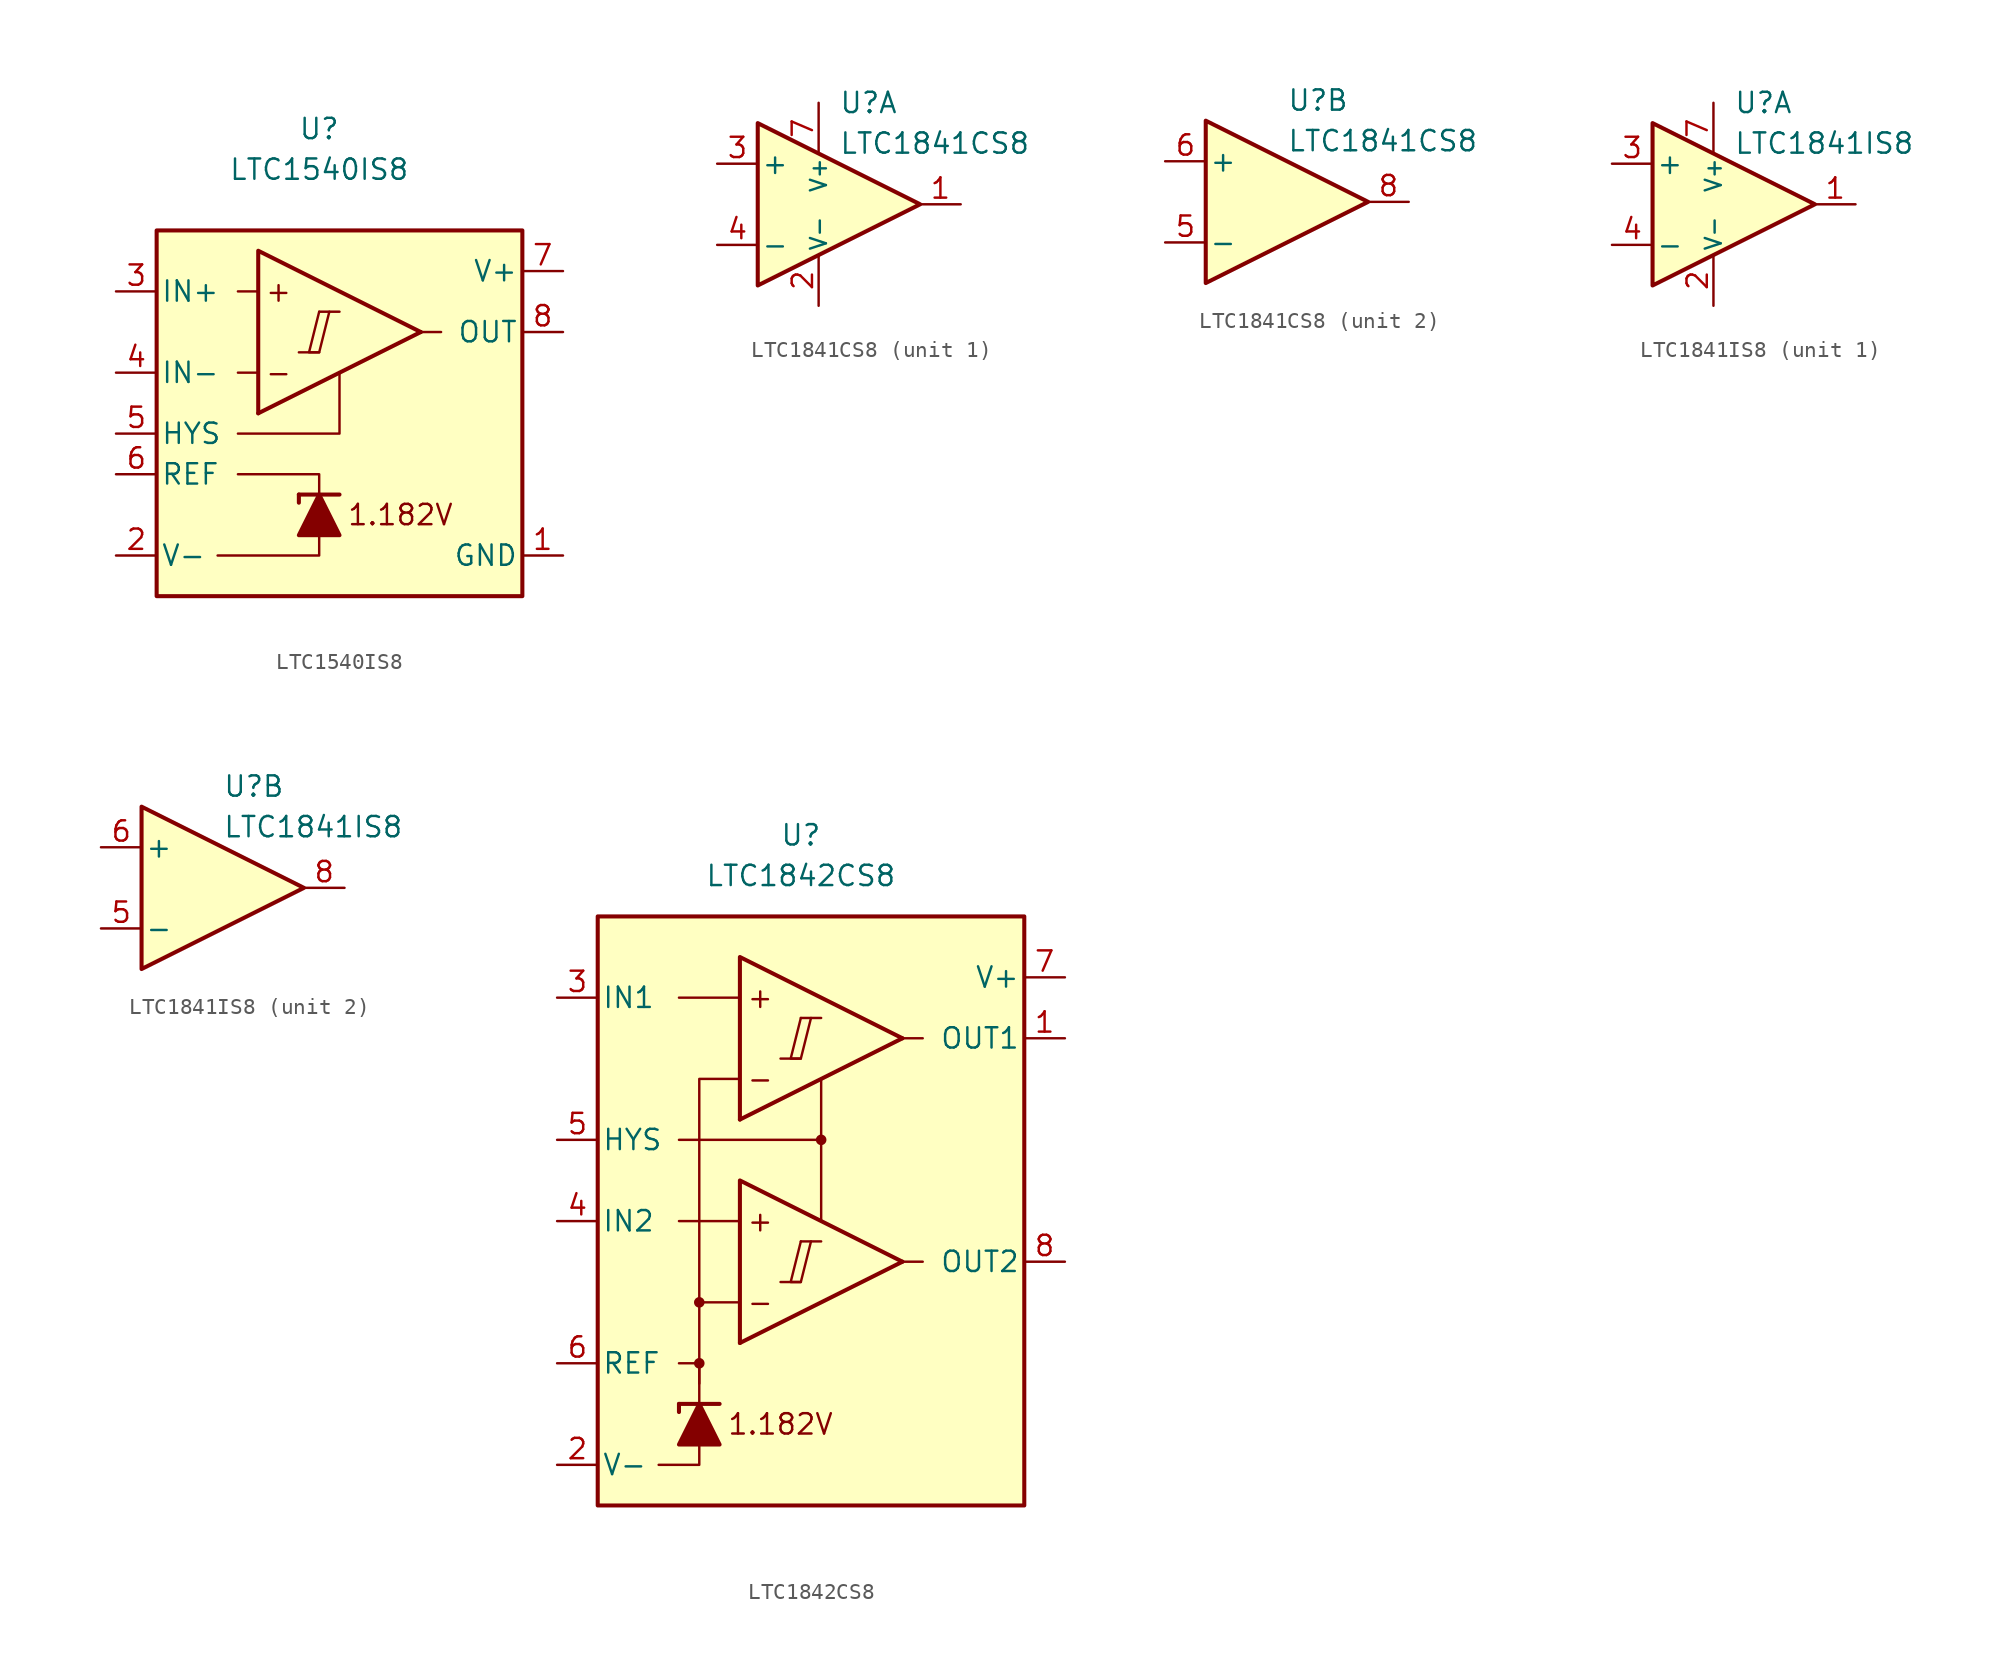
<source format=kicad_sym>
(kicad_symbol_lib
  (version 20231120)
  (generator "kicad_symbol_editor")
  (generator_version "8.0")
  (symbol "LTC1540IS8"
    (pin_names
      (offset 0.254))
    (property "Reference" "U"
      (at 0 16.51 0)
      (effects (font (size 1.27 1.27))))
    (property "Value" "LTC1540IS8"
      (at 0 13.97 0)
      (effects (font (size 1.27 1.27))))
    (symbol "LTC1540IS8_0_0"
      (polyline (pts (xy -1.27 2.54) (xy 0 2.54)) (stroke (width 0.152) (type default)) (fill (type none)))
      (polyline (pts (xy 0 5.08) (xy 1.27 5.08)) (stroke (width 0.152) (type default)) (fill (type none)))
      (polyline (pts (xy 6.35 3.81) (xy -3.81 -1.27)) (stroke (width 0.254) (type default)) (fill (type none)))
      (polyline (pts (xy 6.35 3.81) (xy -3.81 8.89) (xy -3.81 -1.27)) (stroke (width 0.254) (type default)) (fill (type background)))
      (polyline (pts (xy 0 5.08) (xy -0.635 2.54) (xy 0 2.54) (xy 0.635 5.08)) (stroke (width 0.152) (type default)) (fill (type none)))
      (text "+" (at -2.54 6.35 0) (effects (font (size 1.27 1.27))))
      (text "-" (at -2.54 1.27 0) (effects (font (size 1.27 1.27)))))
    (symbol "LTC1540IS8_0_1"
      (polyline (pts (xy -3.81 1.27) (xy -5.08 1.27)) (stroke (width 0) (type default)) (fill (type none)))
      (polyline (pts (xy -3.81 6.35) (xy -5.08 6.35)) (stroke (width 0) (type default)) (fill (type none)))
      (polyline (pts (xy -1.27 -6.35) (xy -1.27 -6.858)) (stroke (width 0.254) (type default)) (fill (type none)))
      (polyline (pts (xy -1.27 -6.35) (xy 1.27 -6.35)) (stroke (width 0.254) (type default)) (fill (type none)))
      (polyline (pts (xy 6.35 3.81) (xy 7.62 3.81)) (stroke (width 0) (type default)) (fill (type none)))
      (polyline (pts (xy 0 -8.89) (xy 0 -10.16) (xy -6.35 -10.16)) (stroke (width 0) (type default)) (fill (type none)))
      (polyline (pts (xy 0 -6.35) (xy 0 -5.08) (xy -5.08 -5.08)) (stroke (width 0) (type default)) (fill (type none)))
      (polyline (pts (xy 1.27 1.27) (xy 1.27 -2.54) (xy -5.08 -2.54)) (stroke (width 0) (type default)) (fill (type none)))
      (polyline (pts (xy 1.27 -8.89) (xy -1.27 -8.89) (xy 0 -6.35) (xy 1.27 -8.89)) (stroke (width 0.254) (type default)) (fill (type outline)))
      (rectangle (start 12.7 10.16) (end -10.16 -12.7) (stroke (width 0.254) (type default)) (fill (type background))))
    (symbol "LTC1540IS8_1_0"
      (text "1.182V" (at 5.08 -7.62 0) (effects (font (size 1.27 1.27)))))
    (symbol "LTC1540IS8_1_1"
      (pin power_in line (at 15.24 -10.16 180) (length 2.54) (name "GND" (effects (font (size 1.27 1.27)))) (number "1" (effects (font (size 1.27 1.27)))))
      (pin power_in line (at -12.7 -10.16 0) (length 2.54) (name "V-" (effects (font (size 1.27 1.27)))) (number "2" (effects (font (size 1.27 1.27)))))
      (pin input line (at -12.7 6.35 0) (length 2.54) (name "IN+" (effects (font (size 1.27 1.27)))) (number "3" (effects (font (size 1.27 1.27)))))
      (pin input line (at -12.7 1.27 0) (length 2.54) (name "IN-" (effects (font (size 1.27 1.27)))) (number "4" (effects (font (size 1.27 1.27)))))
      (pin input line (at -12.7 -2.54 0) (length 2.54) (name "HYS" (effects (font (size 1.27 1.27)))) (number "5" (effects (font (size 1.27 1.27)))))
      (pin output line (at -12.7 -5.08 0) (length 2.54) (name "REF" (effects (font (size 1.27 1.27)))) (number "6" (effects (font (size 1.27 1.27)))))
      (pin power_in line (at 15.24 7.62 180) (length 2.54) (name "V+" (effects (font (size 1.27 1.27)))) (number "7" (effects (font (size 1.27 1.27)))))
      (pin output line (at 15.24 3.81 180) (length 2.54) (name "OUT" (effects (font (size 1.27 1.27)))) (number "8" (effects (font (size 1.27 1.27)))))))
  (symbol "LTC1841CS8"
    (pin_names
      (offset 0.2))
    (property "Reference" "U"
      (at 1.27 6.35 0)
      (effects (font (size 1.27 1.27)) (justify left)))
    (property "Value" "LTC1841CS8"
      (at 1.27 3.81 0)
      (effects (font (size 1.27 1.27)) (justify left)))
    (property "ki_locked" ""
      (at 0 0 0)
      (effects (font (size 1.27 1.27))))
    (symbol "LTC1841CS8_0_1"
      (polyline (pts (xy -3.81 5.08) (xy -3.81 -5.08) (xy 6.35 0) (xy -3.81 5.08)) (stroke (width 0.254) (type default)) (fill (type background))))
    (symbol "LTC1841CS8_1_1"
      (pin output line (at 8.89 0 180) (length 2.54) (name "~" (effects (font (size 1.27 1.27)))) (number "1" (effects (font (size 1.27 1.27)))))
      (pin power_in line (at 0 -6.35 90) (length 3.18) (name "V-" (effects (font (size 1 1)))) (number "2" (effects (font (size 1.27 1.27)))))
      (pin input line (at -6.35 2.54 0) (length 2.54) (name "+" (effects (font (size 1.27 1.27)))) (number "3" (effects (font (size 1.27 1.27)))))
      (pin input line (at -6.35 -2.54 0) (length 2.54) (name "-" (effects (font (size 1.27 1.27)))) (number "4" (effects (font (size 1.27 1.27)))))
      (pin power_in line (at 0 6.35 270) (length 3.18) (name "V+" (effects (font (size 1 1)))) (number "7" (effects (font (size 1.27 1.27))))))
    (symbol "LTC1841CS8_2_1"
      (pin input line (at -6.35 -2.54 0) (length 2.54) (name "-" (effects (font (size 1.27 1.27)))) (number "5" (effects (font (size 1.27 1.27)))))
      (pin input line (at -6.35 2.54 0) (length 2.54) (name "+" (effects (font (size 1.27 1.27)))) (number "6" (effects (font (size 1.27 1.27)))))
      (pin output line (at 8.89 0 180) (length 2.54) (name "~" (effects (font (size 1.27 1.27)))) (number "8" (effects (font (size 1.27 1.27)))))))
  (symbol "LTC1841IS8"
    (pin_names
      (offset 0.2))
    (property "Reference" "U"
      (at 1.27 6.35 0)
      (effects (font (size 1.27 1.27)) (justify left)))
    (property "Value" "LTC1841IS8"
      (at 1.27 3.81 0)
      (effects (font (size 1.27 1.27)) (justify left)))
    (property "ki_locked" ""
      (at 0 0 0)
      (effects (font (size 1.27 1.27))))
    (symbol "LTC1841IS8_0_1"
      (polyline (pts (xy -3.81 5.08) (xy -3.81 -5.08) (xy 6.35 0) (xy -3.81 5.08)) (stroke (width 0.254) (type default)) (fill (type background))))
    (symbol "LTC1841IS8_1_1"
      (pin output line (at 8.89 0 180) (length 2.54) (name "~" (effects (font (size 1.27 1.27)))) (number "1" (effects (font (size 1.27 1.27)))))
      (pin power_in line (at 0 -6.35 90) (length 3.18) (name "V-" (effects (font (size 1 1)))) (number "2" (effects (font (size 1.27 1.27)))))
      (pin input line (at -6.35 2.54 0) (length 2.54) (name "+" (effects (font (size 1.27 1.27)))) (number "3" (effects (font (size 1.27 1.27)))))
      (pin input line (at -6.35 -2.54 0) (length 2.54) (name "-" (effects (font (size 1.27 1.27)))) (number "4" (effects (font (size 1.27 1.27)))))
      (pin power_in line (at 0 6.35 270) (length 3.18) (name "V+" (effects (font (size 1 1)))) (number "7" (effects (font (size 1.27 1.27))))))
    (symbol "LTC1841IS8_2_1"
      (pin input line (at -6.35 -2.54 0) (length 2.54) (name "-" (effects (font (size 1.27 1.27)))) (number "5" (effects (font (size 1.27 1.27)))))
      (pin input line (at -6.35 2.54 0) (length 2.54) (name "+" (effects (font (size 1.27 1.27)))) (number "6" (effects (font (size 1.27 1.27)))))
      (pin output line (at 8.89 0 180) (length 2.54) (name "~" (effects (font (size 1.27 1.27)))) (number "8" (effects (font (size 1.27 1.27)))))))
  (symbol "LTC1842CS8"
    (pin_names
      (offset 0.254))
    (property "Reference" "U"
      (at -1.27 22.86 0)
      (effects (font (size 1.27 1.27))))
    (property "Value" "LTC1842CS8"
      (at -1.27 20.32 0)
      (effects (font (size 1.27 1.27))))
    (symbol "LTC1842CS8_0_0"
      (rectangle (start -13.97 17.78) (end 12.7 -19.05) (stroke (width 0.254) (type default)) (fill (type background)))
      (circle (center -7.62 -10.16) (radius 0.254) (stroke (width 0.152) (type default)) (fill (type outline)))
      (circle (center -7.62 -6.35) (radius 0.254) (stroke (width 0.152) (type default)) (fill (type outline)))
      (polyline (pts (xy -2.54 -5.08) (xy -1.27 -5.08)) (stroke (width 0.152) (type default)) (fill (type none)))
      (polyline (pts (xy -2.54 8.89) (xy -1.27 8.89)) (stroke (width 0.152) (type default)) (fill (type none)))
      (polyline (pts (xy -1.27 -2.54) (xy 0 -2.54)) (stroke (width 0.152) (type default)) (fill (type none)))
      (polyline (pts (xy -1.27 11.43) (xy 0 11.43)) (stroke (width 0.152) (type default)) (fill (type none)))
      (polyline (pts (xy 5.08 -3.81) (xy -5.08 -8.89)) (stroke (width 0.254) (type default)) (fill (type none)))
      (polyline (pts (xy 5.08 10.16) (xy -5.08 5.08)) (stroke (width 0.254) (type default)) (fill (type none)))
      (polyline (pts (xy 5.08 -3.81) (xy -5.08 1.27) (xy -5.08 -8.89)) (stroke (width 0.254) (type default)) (fill (type background)))
      (polyline (pts (xy 5.08 10.16) (xy -5.08 15.24) (xy -5.08 5.08)) (stroke (width 0.254) (type default)) (fill (type background)))
      (polyline (pts (xy -1.27 -2.54) (xy -1.905 -5.08) (xy -1.27 -5.08) (xy -0.635 -2.54)) (stroke (width 0.152) (type default)) (fill (type none)))
      (polyline (pts (xy -1.27 11.43) (xy -1.905 8.89) (xy -1.27 8.89) (xy -0.635 11.43)) (stroke (width 0.152) (type default)) (fill (type none)))
      (circle (center 0 3.81) (radius 0.254) (stroke (width 0.152) (type default)) (fill (type outline)))
      (text "+" (at -3.81 -1.27 0) (effects (font (size 1.27 1.27))))
      (text "+" (at -3.81 12.7 0) (effects (font (size 1.27 1.27))))
      (text "-" (at -3.81 -6.35 0) (effects (font (size 1.27 1.27))))
      (text "-" (at -3.81 7.62 0) (effects (font (size 1.27 1.27))))
      (text "1.182V" (at -2.54 -13.97 0) (effects (font (size 1.27 1.27)))))
    (symbol "LTC1842CS8_0_1"
      (polyline (pts (xy -8.89 -12.7) (xy -8.89 -13.208)) (stroke (width 0.254) (type default)) (fill (type none)))
      (polyline (pts (xy -8.89 -12.7) (xy -6.35 -12.7)) (stroke (width 0.254) (type default)) (fill (type none)))
      (polyline (pts (xy -5.08 -1.27) (xy -8.89 -1.27)) (stroke (width 0) (type default)) (fill (type none)))
      (polyline (pts (xy -5.08 12.7) (xy -8.89 12.7)) (stroke (width 0) (type default)) (fill (type none)))
      (polyline (pts (xy 0 3.81) (xy 0 -1.27)) (stroke (width 0) (type default)) (fill (type none)))
      (polyline (pts (xy 5.08 -3.81) (xy 6.35 -3.81)) (stroke (width 0) (type default)) (fill (type none)))
      (polyline (pts (xy 5.08 10.16) (xy 6.35 10.16)) (stroke (width 0) (type default)) (fill (type none)))
      (polyline (pts (xy -7.62 -15.24) (xy -7.62 -16.51) (xy -10.16 -16.51)) (stroke (width 0) (type default)) (fill (type none)))
      (polyline (pts (xy -7.62 -12.7) (xy -7.62 -10.16) (xy -8.89 -10.16)) (stroke (width 0) (type default)) (fill (type none)))
      (polyline (pts (xy -7.62 -11.43) (xy -7.62 -6.35) (xy -5.08 -6.35)) (stroke (width 0) (type default)) (fill (type none)))
      (polyline (pts (xy -7.62 -6.35) (xy -7.62 7.62) (xy -5.08 7.62)) (stroke (width 0) (type default)) (fill (type none)))
      (polyline (pts (xy 0 7.62) (xy 0 3.81) (xy -8.89 3.81)) (stroke (width 0) (type default)) (fill (type none)))
      (polyline (pts (xy -6.35 -15.24) (xy -8.89 -15.24) (xy -7.62 -12.7) (xy -6.35 -15.24)) (stroke (width 0.254) (type default)) (fill (type outline))))
    (symbol "LTC1842CS8_1_1"
      (pin output line (at 15.24 10.16 180) (length 2.54) (name "OUT1" (effects (font (size 1.27 1.27)))) (number "1" (effects (font (size 1.27 1.27)))))
      (pin power_in line (at -16.51 -16.51 0) (length 2.54) (name "V-" (effects (font (size 1.27 1.27)))) (number "2" (effects (font (size 1.27 1.27)))))
      (pin input line (at -16.51 12.7 0) (length 2.54) (name "IN1" (effects (font (size 1.27 1.27)))) (number "3" (effects (font (size 1.27 1.27)))))
      (pin input line (at -16.51 -1.27 0) (length 2.54) (name "IN2" (effects (font (size 1.27 1.27)))) (number "4" (effects (font (size 1.27 1.27)))))
      (pin input line (at -16.51 3.81 0) (length 2.54) (name "HYS" (effects (font (size 1.27 1.27)))) (number "5" (effects (font (size 1.27 1.27)))))
      (pin output line (at -16.51 -10.16 0) (length 2.54) (name "REF" (effects (font (size 1.27 1.27)))) (number "6" (effects (font (size 1.27 1.27)))))
      (pin power_in line (at 15.24 13.97 180) (length 2.54) (name "V+" (effects (font (size 1.27 1.27)))) (number "7" (effects (font (size 1.27 1.27)))))
      (pin output line (at 15.24 -3.81 180) (length 2.54) (name "OUT2" (effects (font (size 1.27 1.27)))) (number "8" (effects (font (size 1.27 1.27))))))))
</source>
